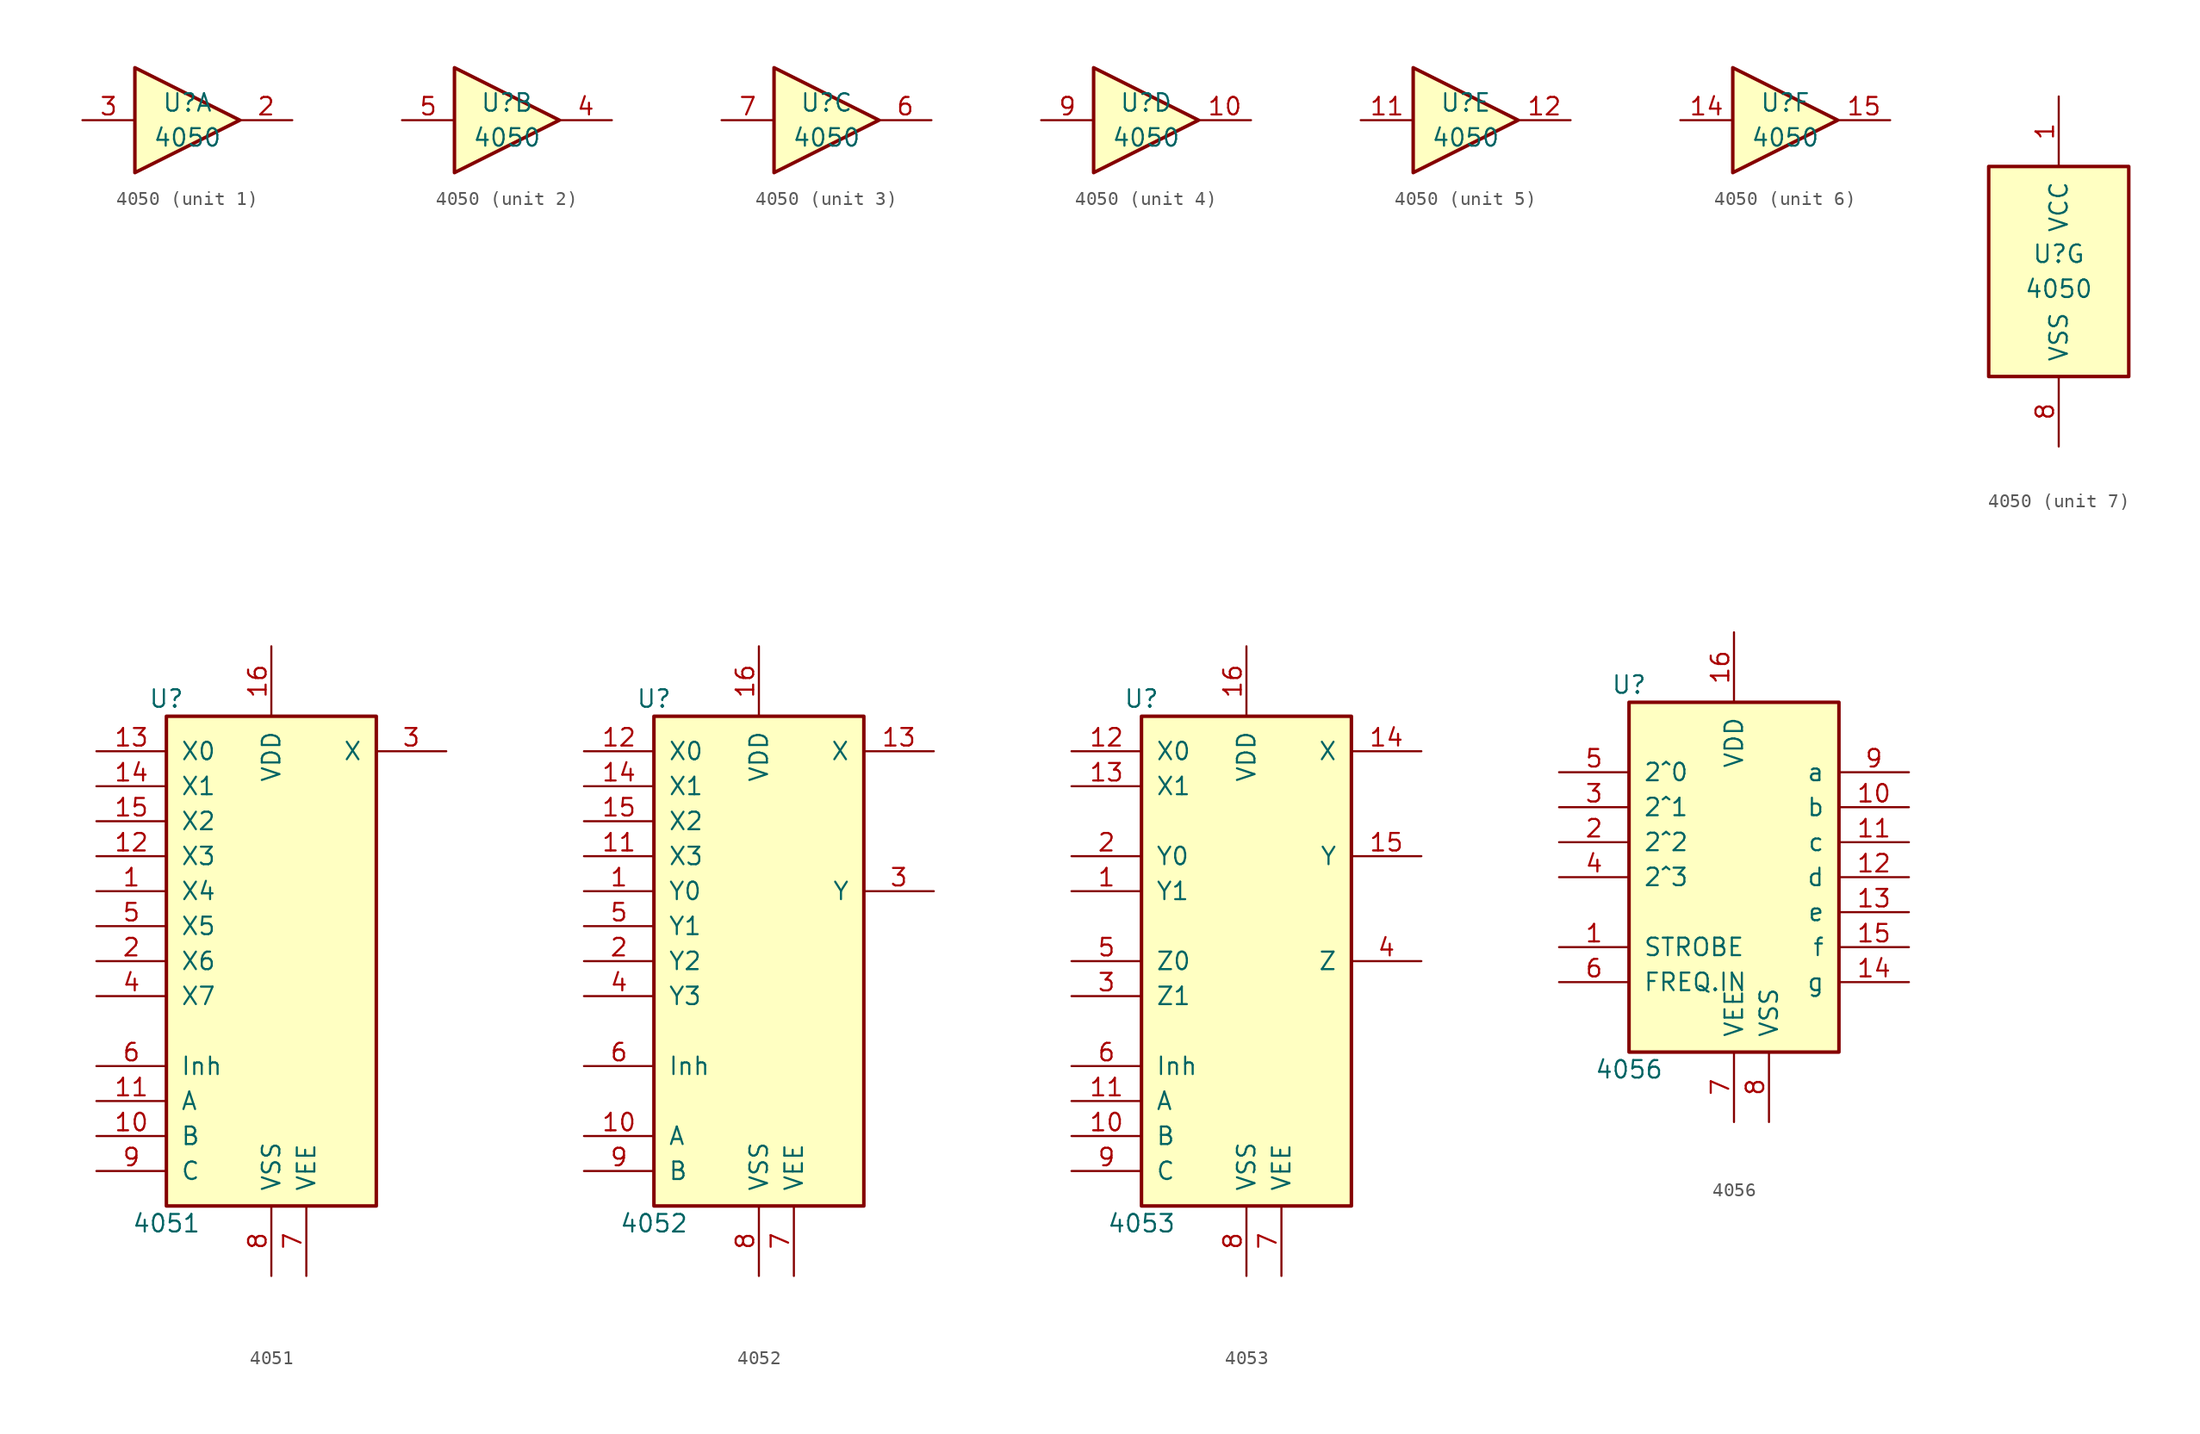
<source format=kicad_sym>
(kicad_symbol_lib
  (version 20201005)
  (generator kicad_symbol_editor)
  (symbol "4050"
    (pin_names
      (offset 1.016))
    (property "Reference" "U"
      (at 0 1.27 0)
      (effects (font (size 1.27 1.27))))
    (property "Value" "4050"
      (at 0 -1.27 0)
      (effects (font (size 1.27 1.27))))
    (property "ki_locked" ""
      (at 0 0 0)
      (effects (font (size 1.27 1.27))))
    (symbol "4050_1_0"
      (polyline (pts (xy -3.81 3.81) (xy -3.81 -3.81) (xy 3.81 0) (xy -3.81 3.81)) (stroke (width 0.254)) (fill (type background)))
      (pin output line (at 7.62 0 180) (length 3.81) (name "~" (effects (font (size 1.27 1.27)))) (number "2" (effects (font (size 1.27 1.27)))))
      (pin input line (at -7.62 0 0) (length 3.81) (name "~" (effects (font (size 1.27 1.27)))) (number "3" (effects (font (size 1.27 1.27))))))
    (symbol "4050_2_0"
      (polyline (pts (xy -3.81 3.81) (xy -3.81 -3.81) (xy 3.81 0) (xy -3.81 3.81)) (stroke (width 0.254)) (fill (type background)))
      (pin output line (at 7.62 0 180) (length 3.81) (name "~" (effects (font (size 1.27 1.27)))) (number "4" (effects (font (size 1.27 1.27)))))
      (pin input line (at -7.62 0 0) (length 3.81) (name "~" (effects (font (size 1.27 1.27)))) (number "5" (effects (font (size 1.27 1.27))))))
    (symbol "4050_3_0"
      (polyline (pts (xy -3.81 3.81) (xy -3.81 -3.81) (xy 3.81 0) (xy -3.81 3.81)) (stroke (width 0.254)) (fill (type background)))
      (pin output line (at 7.62 0 180) (length 3.81) (name "~" (effects (font (size 1.27 1.27)))) (number "6" (effects (font (size 1.27 1.27)))))
      (pin input line (at -7.62 0 0) (length 3.81) (name "~" (effects (font (size 1.27 1.27)))) (number "7" (effects (font (size 1.27 1.27))))))
    (symbol "4050_4_0"
      (polyline (pts (xy -3.81 3.81) (xy -3.81 -3.81) (xy 3.81 0) (xy -3.81 3.81)) (stroke (width 0.254)) (fill (type background)))
      (pin output line (at 7.62 0 180) (length 3.81) (name "~" (effects (font (size 1.27 1.27)))) (number "10" (effects (font (size 1.27 1.27)))))
      (pin input line (at -7.62 0 0) (length 3.81) (name "~" (effects (font (size 1.27 1.27)))) (number "9" (effects (font (size 1.27 1.27))))))
    (symbol "4050_5_0"
      (polyline (pts (xy -3.81 3.81) (xy -3.81 -3.81) (xy 3.81 0) (xy -3.81 3.81)) (stroke (width 0.254)) (fill (type background)))
      (pin input line (at -7.62 0 0) (length 3.81) (name "~" (effects (font (size 1.27 1.27)))) (number "11" (effects (font (size 1.27 1.27)))))
      (pin output line (at 7.62 0 180) (length 3.81) (name "~" (effects (font (size 1.27 1.27)))) (number "12" (effects (font (size 1.27 1.27))))))
    (symbol "4050_6_0"
      (polyline (pts (xy -3.81 3.81) (xy -3.81 -3.81) (xy 3.81 0) (xy -3.81 3.81)) (stroke (width 0.254)) (fill (type background)))
      (pin input line (at -7.62 0 0) (length 3.81) (name "~" (effects (font (size 1.27 1.27)))) (number "14" (effects (font (size 1.27 1.27)))))
      (pin output line (at 7.62 0 180) (length 3.81) (name "~" (effects (font (size 1.27 1.27)))) (number "15" (effects (font (size 1.27 1.27))))))
    (symbol "4050_7_0"
      (pin power_in line (at 0 12.7 270) (length 5.08) (name "VCC" (effects (font (size 1.27 1.27)))) (number "1" (effects (font (size 1.27 1.27)))))
      (pin power_in line (at 0 -12.7 90) (length 5.08) (name "VSS" (effects (font (size 1.27 1.27)))) (number "8" (effects (font (size 1.27 1.27))))))
    (symbol "4050_7_1"
      (rectangle (start -5.08 7.62) (end 5.08 -7.62) (stroke (width 0.254)) (fill (type background)))))
  (symbol "4051"
    (pin_names
      (offset 1.016))
    (property "Reference" "U"
      (at -7.62 19.05 0)
      (effects (font (size 1.27 1.27))))
    (property "Value" "4051"
      (at -7.62 -19.05 0)
      (effects (font (size 1.27 1.27))))
    (property "ki_locked" ""
      (at 0 0 0)
      (effects (font (size 1.27 1.27))))
    (symbol "4051_1_0"
      (pin passive line (at -12.7 5.08 0) (length 5.08) (name "X4" (effects (font (size 1.27 1.27)))) (number "1" (effects (font (size 1.27 1.27)))))
      (pin input line (at -12.7 -12.7 0) (length 5.08) (name "B" (effects (font (size 1.27 1.27)))) (number "10" (effects (font (size 1.27 1.27)))))
      (pin input line (at -12.7 -10.16 0) (length 5.08) (name "A" (effects (font (size 1.27 1.27)))) (number "11" (effects (font (size 1.27 1.27)))))
      (pin passive line (at -12.7 7.62 0) (length 5.08) (name "X3" (effects (font (size 1.27 1.27)))) (number "12" (effects (font (size 1.27 1.27)))))
      (pin passive line (at -12.7 15.24 0) (length 5.08) (name "X0" (effects (font (size 1.27 1.27)))) (number "13" (effects (font (size 1.27 1.27)))))
      (pin passive line (at -12.7 12.7 0) (length 5.08) (name "X1" (effects (font (size 1.27 1.27)))) (number "14" (effects (font (size 1.27 1.27)))))
      (pin passive line (at -12.7 10.16 0) (length 5.08) (name "X2" (effects (font (size 1.27 1.27)))) (number "15" (effects (font (size 1.27 1.27)))))
      (pin power_in line (at 0 22.86 270) (length 5.08) (name "VDD" (effects (font (size 1.27 1.27)))) (number "16" (effects (font (size 1.27 1.27)))))
      (pin passive line (at -12.7 0 0) (length 5.08) (name "X6" (effects (font (size 1.27 1.27)))) (number "2" (effects (font (size 1.27 1.27)))))
      (pin passive line (at 12.7 15.24 180) (length 5.08) (name "X" (effects (font (size 1.27 1.27)))) (number "3" (effects (font (size 1.27 1.27)))))
      (pin passive line (at -12.7 -2.54 0) (length 5.08) (name "X7" (effects (font (size 1.27 1.27)))) (number "4" (effects (font (size 1.27 1.27)))))
      (pin passive line (at -12.7 2.54 0) (length 5.08) (name "X5" (effects (font (size 1.27 1.27)))) (number "5" (effects (font (size 1.27 1.27)))))
      (pin input line (at -12.7 -7.62 0) (length 5.08) (name "Inh" (effects (font (size 1.27 1.27)))) (number "6" (effects (font (size 1.27 1.27)))))
      (pin power_in line (at 2.54 -22.86 90) (length 5.08) (name "VEE" (effects (font (size 1.27 1.27)))) (number "7" (effects (font (size 1.27 1.27)))))
      (pin power_in line (at 0 -22.86 90) (length 5.08) (name "VSS" (effects (font (size 1.27 1.27)))) (number "8" (effects (font (size 1.27 1.27)))))
      (pin input line (at -12.7 -15.24 0) (length 5.08) (name "C" (effects (font (size 1.27 1.27)))) (number "9" (effects (font (size 1.27 1.27))))))
    (symbol "4051_1_1"
      (rectangle (start -7.62 17.78) (end 7.62 -17.78) (stroke (width 0.254)) (fill (type background)))))
  (symbol "4052"
    (pin_names
      (offset 1.016))
    (property "Reference" "U"
      (at -7.62 19.05 0)
      (effects (font (size 1.27 1.27))))
    (property "Value" "4052"
      (at -7.62 -19.05 0)
      (effects (font (size 1.27 1.27))))
    (property "ki_locked" ""
      (at 0 0 0)
      (effects (font (size 1.27 1.27))))
    (symbol "4052_1_0"
      (pin passive line (at -12.7 5.08 0) (length 5.08) (name "Y0" (effects (font (size 1.27 1.27)))) (number "1" (effects (font (size 1.27 1.27)))))
      (pin input line (at -12.7 -12.7 0) (length 5.08) (name "A" (effects (font (size 1.27 1.27)))) (number "10" (effects (font (size 1.27 1.27)))))
      (pin passive line (at -12.7 7.62 0) (length 5.08) (name "X3" (effects (font (size 1.27 1.27)))) (number "11" (effects (font (size 1.27 1.27)))))
      (pin passive line (at -12.7 15.24 0) (length 5.08) (name "X0" (effects (font (size 1.27 1.27)))) (number "12" (effects (font (size 1.27 1.27)))))
      (pin passive line (at 12.7 15.24 180) (length 5.08) (name "X" (effects (font (size 1.27 1.27)))) (number "13" (effects (font (size 1.27 1.27)))))
      (pin passive line (at -12.7 12.7 0) (length 5.08) (name "X1" (effects (font (size 1.27 1.27)))) (number "14" (effects (font (size 1.27 1.27)))))
      (pin passive line (at -12.7 10.16 0) (length 5.08) (name "X2" (effects (font (size 1.27 1.27)))) (number "15" (effects (font (size 1.27 1.27)))))
      (pin power_in line (at 0 22.86 270) (length 5.08) (name "VDD" (effects (font (size 1.27 1.27)))) (number "16" (effects (font (size 1.27 1.27)))))
      (pin passive line (at -12.7 0 0) (length 5.08) (name "Y2" (effects (font (size 1.27 1.27)))) (number "2" (effects (font (size 1.27 1.27)))))
      (pin passive line (at 12.7 5.08 180) (length 5.08) (name "Y" (effects (font (size 1.27 1.27)))) (number "3" (effects (font (size 1.27 1.27)))))
      (pin passive line (at -12.7 -2.54 0) (length 5.08) (name "Y3" (effects (font (size 1.27 1.27)))) (number "4" (effects (font (size 1.27 1.27)))))
      (pin passive line (at -12.7 2.54 0) (length 5.08) (name "Y1" (effects (font (size 1.27 1.27)))) (number "5" (effects (font (size 1.27 1.27)))))
      (pin input line (at -12.7 -7.62 0) (length 5.08) (name "Inh" (effects (font (size 1.27 1.27)))) (number "6" (effects (font (size 1.27 1.27)))))
      (pin power_in line (at 2.54 -22.86 90) (length 5.08) (name "VEE" (effects (font (size 1.27 1.27)))) (number "7" (effects (font (size 1.27 1.27)))))
      (pin power_in line (at 0 -22.86 90) (length 5.08) (name "VSS" (effects (font (size 1.27 1.27)))) (number "8" (effects (font (size 1.27 1.27)))))
      (pin input line (at -12.7 -15.24 0) (length 5.08) (name "B" (effects (font (size 1.27 1.27)))) (number "9" (effects (font (size 1.27 1.27))))))
    (symbol "4052_1_1"
      (rectangle (start -7.62 17.78) (end 7.62 -17.78) (stroke (width 0.254)) (fill (type background)))))
  (symbol "4053"
    (pin_names
      (offset 1.016))
    (property "Reference" "U"
      (at -7.62 19.05 0)
      (effects (font (size 1.27 1.27))))
    (property "Value" "4053"
      (at -7.62 -19.05 0)
      (effects (font (size 1.27 1.27))))
    (property "ki_locked" ""
      (at 0 0 0)
      (effects (font (size 1.27 1.27))))
    (symbol "4053_1_0"
      (pin passive line (at -12.7 5.08 0) (length 5.08) (name "Y1" (effects (font (size 1.27 1.27)))) (number "1" (effects (font (size 1.27 1.27)))))
      (pin input line (at -12.7 -12.7 0) (length 5.08) (name "B" (effects (font (size 1.27 1.27)))) (number "10" (effects (font (size 1.27 1.27)))))
      (pin input line (at -12.7 -10.16 0) (length 5.08) (name "A" (effects (font (size 1.27 1.27)))) (number "11" (effects (font (size 1.27 1.27)))))
      (pin passive line (at -12.7 15.24 0) (length 5.08) (name "X0" (effects (font (size 1.27 1.27)))) (number "12" (effects (font (size 1.27 1.27)))))
      (pin passive line (at -12.7 12.7 0) (length 5.08) (name "X1" (effects (font (size 1.27 1.27)))) (number "13" (effects (font (size 1.27 1.27)))))
      (pin passive line (at 12.7 15.24 180) (length 5.08) (name "X" (effects (font (size 1.27 1.27)))) (number "14" (effects (font (size 1.27 1.27)))))
      (pin passive line (at 12.7 7.62 180) (length 5.08) (name "Y" (effects (font (size 1.27 1.27)))) (number "15" (effects (font (size 1.27 1.27)))))
      (pin power_in line (at 0 22.86 270) (length 5.08) (name "VDD" (effects (font (size 1.27 1.27)))) (number "16" (effects (font (size 1.27 1.27)))))
      (pin passive line (at -12.7 7.62 0) (length 5.08) (name "Y0" (effects (font (size 1.27 1.27)))) (number "2" (effects (font (size 1.27 1.27)))))
      (pin passive line (at -12.7 -2.54 0) (length 5.08) (name "Z1" (effects (font (size 1.27 1.27)))) (number "3" (effects (font (size 1.27 1.27)))))
      (pin passive line (at 12.7 0 180) (length 5.08) (name "Z" (effects (font (size 1.27 1.27)))) (number "4" (effects (font (size 1.27 1.27)))))
      (pin passive line (at -12.7 0 0) (length 5.08) (name "Z0" (effects (font (size 1.27 1.27)))) (number "5" (effects (font (size 1.27 1.27)))))
      (pin input line (at -12.7 -7.62 0) (length 5.08) (name "Inh" (effects (font (size 1.27 1.27)))) (number "6" (effects (font (size 1.27 1.27)))))
      (pin power_in line (at 2.54 -22.86 90) (length 5.08) (name "VEE" (effects (font (size 1.27 1.27)))) (number "7" (effects (font (size 1.27 1.27)))))
      (pin power_in line (at 0 -22.86 90) (length 5.08) (name "VSS" (effects (font (size 1.27 1.27)))) (number "8" (effects (font (size 1.27 1.27)))))
      (pin input line (at -12.7 -15.24 0) (length 5.08) (name "C" (effects (font (size 1.27 1.27)))) (number "9" (effects (font (size 1.27 1.27))))))
    (symbol "4053_1_1"
      (rectangle (start -7.62 17.78) (end 7.62 -17.78) (stroke (width 0.254)) (fill (type background)))))
  (symbol "4056"
    (pin_names
      (offset 1.016))
    (property "Reference" "U"
      (at -7.62 13.97 0)
      (effects (font (size 1.27 1.27))))
    (property "Value" "4056"
      (at -7.62 -13.97 0)
      (effects (font (size 1.27 1.27))))
    (property "ki_locked" ""
      (at 0 0 0)
      (effects (font (size 1.27 1.27))))
    (symbol "4056_1_0"
      (pin input line (at -12.7 -5.08 0) (length 5.08) (name "STROBE" (effects (font (size 1.27 1.27)))) (number "1" (effects (font (size 1.27 1.27)))))
      (pin output line (at 12.7 5.08 180) (length 5.08) (name "b" (effects (font (size 1.27 1.27)))) (number "10" (effects (font (size 1.27 1.27)))))
      (pin output line (at 12.7 2.54 180) (length 5.08) (name "c" (effects (font (size 1.27 1.27)))) (number "11" (effects (font (size 1.27 1.27)))))
      (pin output line (at 12.7 0 180) (length 5.08) (name "d" (effects (font (size 1.27 1.27)))) (number "12" (effects (font (size 1.27 1.27)))))
      (pin output line (at 12.7 -2.54 180) (length 5.08) (name "e" (effects (font (size 1.27 1.27)))) (number "13" (effects (font (size 1.27 1.27)))))
      (pin output line (at 12.7 -7.62 180) (length 5.08) (name "g" (effects (font (size 1.27 1.27)))) (number "14" (effects (font (size 1.27 1.27)))))
      (pin output line (at 12.7 -5.08 180) (length 5.08) (name "f" (effects (font (size 1.27 1.27)))) (number "15" (effects (font (size 1.27 1.27)))))
      (pin power_in line (at 0 17.78 270) (length 5.08) (name "VDD" (effects (font (size 1.27 1.27)))) (number "16" (effects (font (size 1.27 1.27)))))
      (pin input line (at -12.7 2.54 0) (length 5.08) (name "2^2" (effects (font (size 1.27 1.27)))) (number "2" (effects (font (size 1.27 1.27)))))
      (pin input line (at -12.7 5.08 0) (length 5.08) (name "2^1" (effects (font (size 1.27 1.27)))) (number "3" (effects (font (size 1.27 1.27)))))
      (pin input line (at -12.7 0 0) (length 5.08) (name "2^3" (effects (font (size 1.27 1.27)))) (number "4" (effects (font (size 1.27 1.27)))))
      (pin input line (at -12.7 7.62 0) (length 5.08) (name "2^0" (effects (font (size 1.27 1.27)))) (number "5" (effects (font (size 1.27 1.27)))))
      (pin input line (at -12.7 -7.62 0) (length 5.08) (name "FREQ.IN" (effects (font (size 1.27 1.27)))) (number "6" (effects (font (size 1.27 1.27)))))
      (pin power_in line (at 0 -17.78 90) (length 5.08) (name "VEE" (effects (font (size 1.27 1.27)))) (number "7" (effects (font (size 1.27 1.27)))))
      (pin power_in line (at 2.54 -17.78 90) (length 5.08) (name "VSS" (effects (font (size 1.27 1.27)))) (number "8" (effects (font (size 1.27 1.27)))))
      (pin output line (at 12.7 7.62 180) (length 5.08) (name "a" (effects (font (size 1.27 1.27)))) (number "9" (effects (font (size 1.27 1.27))))))
    (symbol "4056_1_1"
      (rectangle (start -7.62 12.7) (end 7.62 -12.7) (stroke (width 0.254)) (fill (type background))))))
</source>
